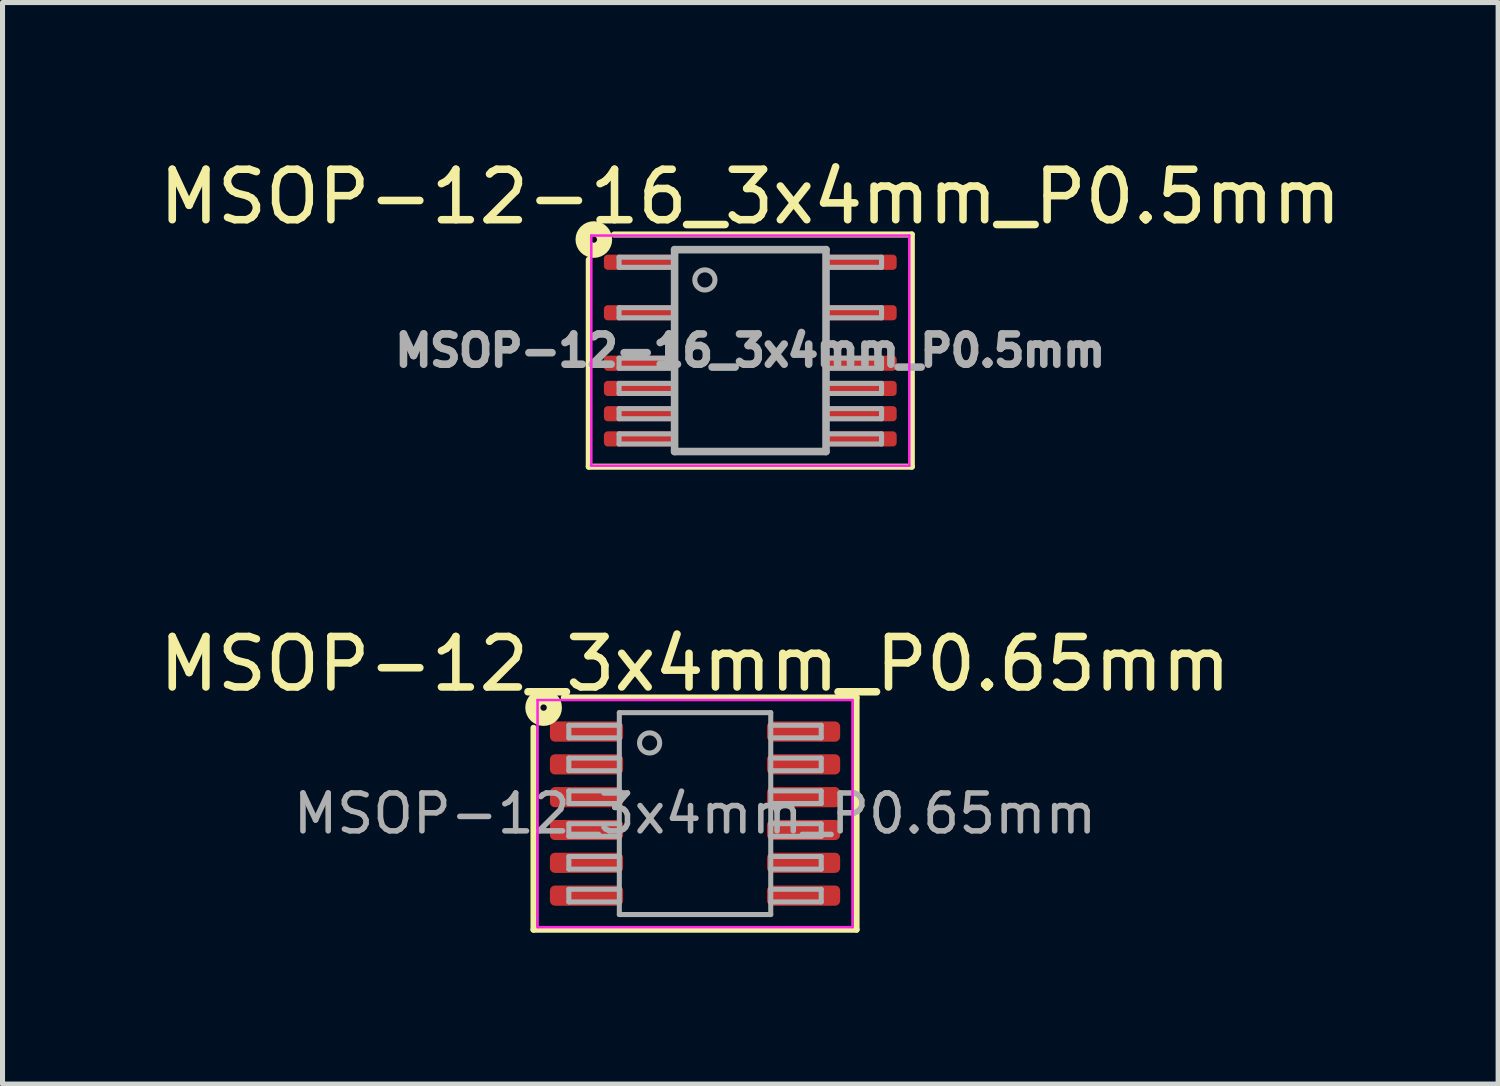
<source format=kicad_pcb>
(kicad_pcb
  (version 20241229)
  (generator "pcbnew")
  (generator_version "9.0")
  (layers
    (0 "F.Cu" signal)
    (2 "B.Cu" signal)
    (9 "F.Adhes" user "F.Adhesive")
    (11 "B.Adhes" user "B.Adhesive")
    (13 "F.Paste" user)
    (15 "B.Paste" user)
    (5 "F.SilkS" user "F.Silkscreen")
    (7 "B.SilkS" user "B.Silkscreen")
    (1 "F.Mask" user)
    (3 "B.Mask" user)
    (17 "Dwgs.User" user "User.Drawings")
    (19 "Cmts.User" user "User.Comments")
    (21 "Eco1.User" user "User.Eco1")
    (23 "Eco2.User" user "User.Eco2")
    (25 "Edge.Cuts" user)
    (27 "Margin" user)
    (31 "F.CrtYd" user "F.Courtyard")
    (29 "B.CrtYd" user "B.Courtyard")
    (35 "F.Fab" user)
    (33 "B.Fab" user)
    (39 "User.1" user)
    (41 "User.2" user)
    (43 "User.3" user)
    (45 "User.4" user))
  (footprint "MSOP-12_3x4mm_P0.65mm"
    (layer "F.Cu")
    (at 10.72 13.069)
    (property "Reference" "MSOP-12_3x4mm_P0.65mm" (at 0 -2.964 0) (layer "F.SilkS") (effects (font (size 1 1) (thickness 0.15))))
    (attr smd)
    (fp_line (start -3.2 2.3) (end -3.2 -1.7) (stroke (width 0.12) (type solid)) (layer "F.SilkS"))
    (fp_line (start -2.6 -2.3) (end 3.2 -2.3) (stroke (width 0.12) (type solid)) (layer "F.SilkS"))
    (fp_line (start 3.2 -2.3) (end 3.2 2.3) (stroke (width 0.12) (type solid)) (layer "F.SilkS"))
    (fp_line (start 3.2 2.3) (end -3.2 2.3) (stroke (width 0.12) (type solid)) (layer "F.SilkS"))
    (fp_circle (center -3 -2.1) (end -2.937 -2.1) (stroke (width 0.3) (type solid)) (fill no) (layer "F.SilkS"))
    (fp_line (start -3.12 -2.25) (end -3.12 2.25) (stroke (width 0.05) (type solid)) (layer "F.CrtYd"))
    (fp_line (start -3.12 2.25) (end 3.12 2.25) (stroke (width 0.05) (type solid)) (layer "F.CrtYd"))
    (fp_line (start 3.12 -2.25) (end -3.12 -2.25) (stroke (width 0.05) (type solid)) (layer "F.CrtYd"))
    (fp_line (start 3.12 2.25) (end 3.12 -2.25) (stroke (width 0.05) (type solid)) (layer "F.CrtYd"))
    (fp_line (start -2.5 -1.75) (end -2.5 -1.5) (stroke (width 0.1) (type solid)) (layer "F.Fab"))
    (fp_line (start -2.5 -1.75) (end -1.5 -1.75) (stroke (width 0.1) (type solid)) (layer "F.Fab"))
    (fp_line (start -2.5 -1.5) (end -1.5 -1.5) (stroke (width 0.1) (type solid)) (layer "F.Fab"))
    (fp_line (start -2.5 -1.1) (end -2.5 -0.85) (stroke (width 0.1) (type solid)) (layer "F.Fab"))
    (fp_line (start -2.5 -1.1) (end -1.5 -1.1) (stroke (width 0.1) (type solid)) (layer "F.Fab"))
    (fp_line (start -2.5 -0.85) (end -1.5 -0.85) (stroke (width 0.1) (type solid)) (layer "F.Fab"))
    (fp_line (start -2.5 -0.45) (end -2.5 -0.2) (stroke (width 0.1) (type solid)) (layer "F.Fab"))
    (fp_line (start -2.5 -0.45) (end -1.5 -0.45) (stroke (width 0.1) (type solid)) (layer "F.Fab"))
    (fp_line (start -2.5 -0.2) (end -1.5 -0.2) (stroke (width 0.1) (type solid)) (layer "F.Fab"))
    (fp_line (start -2.5 0.2) (end -2.5 0.45) (stroke (width 0.1) (type solid)) (layer "F.Fab"))
    (fp_line (start -2.5 0.2) (end -1.5 0.2) (stroke (width 0.1) (type solid)) (layer "F.Fab"))
    (fp_line (start -2.5 0.45) (end -1.5 0.45) (stroke (width 0.1) (type solid)) (layer "F.Fab"))
    (fp_line (start -2.5 0.85) (end -2.5 1.1) (stroke (width 0.1) (type solid)) (layer "F.Fab"))
    (fp_line (start -2.5 0.85) (end -1.5 0.85) (stroke (width 0.1) (type solid)) (layer "F.Fab"))
    (fp_line (start -2.5 1.1) (end -1.5 1.1) (stroke (width 0.1) (type solid)) (layer "F.Fab"))
    (fp_line (start -2.5 1.5) (end -2.5 1.75) (stroke (width 0.1) (type solid)) (layer "F.Fab"))
    (fp_line (start -2.5 1.5) (end -1.5 1.5) (stroke (width 0.1) (type solid)) (layer "F.Fab"))
    (fp_line (start -2.5 1.75) (end -1.5 1.75) (stroke (width 0.1) (type solid)) (layer "F.Fab"))
    (fp_line (start -1.5 -2) (end 1.5 -2) (stroke (width 0.1) (type solid)) (layer "F.Fab"))
    (fp_line (start -1.5 2) (end -1.5 -2) (stroke (width 0.1) (type solid)) (layer "F.Fab"))
    (fp_line (start 1.5 -2) (end 1.5 2) (stroke (width 0.1) (type solid)) (layer "F.Fab"))
    (fp_line (start 1.5 2) (end -1.5 2) (stroke (width 0.1) (type solid)) (layer "F.Fab"))
    (fp_line (start 2.5 -1.75) (end 1.5 -1.75) (stroke (width 0.1) (type solid)) (layer "F.Fab"))
    (fp_line (start 2.5 -1.5) (end 1.5 -1.5) (stroke (width 0.1) (type solid)) (layer "F.Fab"))
    (fp_line (start 2.5 -1.5) (end 2.5 -1.75) (stroke (width 0.1) (type solid)) (layer "F.Fab"))
    (fp_line (start 2.5 -1.1) (end 1.5 -1.1) (stroke (width 0.1) (type solid)) (layer "F.Fab"))
    (fp_line (start 2.5 -0.85) (end 1.5 -0.85) (stroke (width 0.1) (type solid)) (layer "F.Fab"))
    (fp_line (start 2.5 -0.85) (end 2.5 -1.1) (stroke (width 0.1) (type solid)) (layer "F.Fab"))
    (fp_line (start 2.5 -0.45) (end 1.5 -0.45) (stroke (width 0.1) (type solid)) (layer "F.Fab"))
    (fp_line (start 2.5 -0.2) (end 1.5 -0.2) (stroke (width 0.1) (type solid)) (layer "F.Fab"))
    (fp_line (start 2.5 -0.2) (end 2.5 -0.45) (stroke (width 0.1) (type solid)) (layer "F.Fab"))
    (fp_line (start 2.5 0.2) (end 1.5 0.2) (stroke (width 0.1) (type solid)) (layer "F.Fab"))
    (fp_line (start 2.5 0.45) (end 1.5 0.45) (stroke (width 0.1) (type solid)) (layer "F.Fab"))
    (fp_line (start 2.5 0.45) (end 2.5 0.2) (stroke (width 0.1) (type solid)) (layer "F.Fab"))
    (fp_line (start 2.5 0.85) (end 1.5 0.85) (stroke (width 0.1) (type solid)) (layer "F.Fab"))
    (fp_line (start 2.5 1.1) (end 1.5 1.1) (stroke (width 0.1) (type solid)) (layer "F.Fab"))
    (fp_line (start 2.5 1.1) (end 2.5 0.85) (stroke (width 0.1) (type solid)) (layer "F.Fab"))
    (fp_line (start 2.5 1.5) (end 1.5 1.5) (stroke (width 0.1) (type solid)) (layer "F.Fab"))
    (fp_line (start 2.5 1.75) (end 1.5 1.75) (stroke (width 0.1) (type solid)) (layer "F.Fab"))
    (fp_line (start 2.5 1.75) (end 2.5 1.5) (stroke (width 0.1) (type solid)) (layer "F.Fab"))
    (fp_circle (center -0.9 -1.4) (end -0.7 -1.4) (stroke (width 0.1) (type solid)) (fill no) (layer "F.Fab"))
    (fp_text user "${REFERENCE}" (at 0 0 0) (layer "F.Fab") (effects (font (size 0.75 0.75) (thickness 0.11))))
    (pad "1" smd roundrect (at -2.15 -1.625) (size 1.45 0.4) (layers "F.Cu" "F.Mask" "F.Paste") (roundrect_rratio 0.25))
    (pad "2" smd roundrect (at -2.15 -0.975) (size 1.45 0.4) (layers "F.Cu" "F.Mask" "F.Paste") (roundrect_rratio 0.25))
    (pad "3" smd roundrect (at -2.15 -0.325) (size 1.45 0.4) (layers "F.Cu" "F.Mask" "F.Paste") (roundrect_rratio 0.25))
    (pad "4" smd roundrect (at -2.15 0.325) (size 1.45 0.4) (layers "F.Cu" "F.Mask" "F.Paste") (roundrect_rratio 0.25))
    (pad "5" smd roundrect (at -2.15 0.975) (size 1.45 0.4) (layers "F.Cu" "F.Mask" "F.Paste") (roundrect_rratio 0.25))
    (pad "6" smd roundrect (at -2.15 1.625) (size 1.45 0.4) (layers "F.Cu" "F.Mask" "F.Paste") (roundrect_rratio 0.25))
    (pad "7" smd roundrect (at 2.15 1.625) (size 1.45 0.4) (layers "F.Cu" "F.Mask" "F.Paste") (roundrect_rratio 0.25))
    (pad "8" smd roundrect (at 2.15 0.975) (size 1.45 0.4) (layers "F.Cu" "F.Mask" "F.Paste") (roundrect_rratio 0.25))
    (pad "9" smd roundrect (at 2.15 0.325) (size 1.45 0.4) (layers "F.Cu" "F.Mask" "F.Paste") (roundrect_rratio 0.25))
    (pad "10" smd roundrect (at 2.15 -0.325) (size 1.45 0.4) (layers "F.Cu" "F.Mask" "F.Paste") (roundrect_rratio 0.25))
    (pad "11" smd roundrect (at 2.15 -0.975) (size 1.45 0.4) (layers "F.Cu" "F.Mask" "F.Paste") (roundrect_rratio 0.25))
    (pad "12" smd roundrect (at 2.15 -1.625) (size 1.45 0.4) (layers "F.Cu" "F.Mask" "F.Paste") (roundrect_rratio 0.25)))
  (footprint "MSOP-12-16_3x4mm_P0.5mm"
    (layer "F.Cu")
    (at 11.815 3.896)
    (property "Reference" "MSOP-12-16_3x4mm_P0.5mm" (at 0 -3.048 0) (layer "F.SilkS") (effects (font (size 1 1) (thickness 0.15))))
    (attr smd)
    (fp_line (start -3.2 2.3) (end -3.2 -1.8) (stroke (width 0.12) (type solid)) (layer "F.SilkS"))
    (fp_line (start -2.7 -2.3) (end 3.2 -2.3) (stroke (width 0.12) (type solid)) (layer "F.SilkS"))
    (fp_line (start 3.2 -2.3) (end 3.2 2.3) (stroke (width 0.12) (type solid)) (layer "F.SilkS"))
    (fp_line (start 3.2 2.3) (end -3.2 2.3) (stroke (width 0.12) (type solid)) (layer "F.SilkS"))
    (fp_circle (center -3.1 -2.2) (end -3.037 -2.2) (stroke (width 0.3) (type solid)) (fill no) (layer "F.SilkS"))
    (fp_line (start -3.15 -2.28) (end -3.15 2.28) (stroke (width 0.05) (type solid)) (layer "F.CrtYd"))
    (fp_line (start -3.15 -2.28) (end 3.15 -2.28) (stroke (width 0.05) (type solid)) (layer "F.CrtYd"))
    (fp_line (start -3.15 2.28) (end 3.15 2.28) (stroke (width 0.05) (type solid)) (layer "F.CrtYd"))
    (fp_line (start 3.15 -2.28) (end 3.15 2.28) (stroke (width 0.05) (type solid)) (layer "F.CrtYd"))
    (fp_line (start -2.6 -1.85) (end -2.6 -1.65) (stroke (width 0.1) (type solid)) (layer "F.Fab"))
    (fp_line (start -2.6 -1.85) (end -1.5 -1.85) (stroke (width 0.1) (type solid)) (layer "F.Fab"))
    (fp_line (start -2.6 -1.65) (end -1.5 -1.65) (stroke (width 0.1) (type solid)) (layer "F.Fab"))
    (fp_line (start -2.6 -0.85) (end -2.6 -0.65) (stroke (width 0.1) (type solid)) (layer "F.Fab"))
    (fp_line (start -2.6 -0.85) (end -1.5 -0.85) (stroke (width 0.1) (type solid)) (layer "F.Fab"))
    (fp_line (start -2.6 -0.65) (end -1.5 -0.65) (stroke (width 0.1) (type solid)) (layer "F.Fab"))
    (fp_line (start -2.6 0.15) (end -2.6 0.35) (stroke (width 0.1) (type solid)) (layer "F.Fab"))
    (fp_line (start -2.6 0.15) (end -1.5 0.15) (stroke (width 0.1) (type solid)) (layer "F.Fab"))
    (fp_line (start -2.6 0.35) (end -1.5 0.35) (stroke (width 0.1) (type solid)) (layer "F.Fab"))
    (fp_line (start -2.6 0.65) (end -2.6 0.85) (stroke (width 0.1) (type solid)) (layer "F.Fab"))
    (fp_line (start -2.6 0.65) (end -1.5 0.65) (stroke (width 0.1) (type solid)) (layer "F.Fab"))
    (fp_line (start -2.6 0.85) (end -1.5 0.85) (stroke (width 0.1) (type solid)) (layer "F.Fab"))
    (fp_line (start -2.6 1.15) (end -2.6 1.35) (stroke (width 0.1) (type solid)) (layer "F.Fab"))
    (fp_line (start -2.6 1.15) (end -1.5 1.15) (stroke (width 0.1) (type solid)) (layer "F.Fab"))
    (fp_line (start -2.6 1.35) (end -1.5 1.35) (stroke (width 0.1) (type solid)) (layer "F.Fab"))
    (fp_line (start -2.6 1.65) (end -2.6 1.85) (stroke (width 0.1) (type solid)) (layer "F.Fab"))
    (fp_line (start -2.6 1.65) (end -1.5 1.65) (stroke (width 0.1) (type solid)) (layer "F.Fab"))
    (fp_line (start -2.6 1.85) (end -1.5 1.85) (stroke (width 0.1) (type solid)) (layer "F.Fab"))
    (fp_line (start -1.5 -2) (end 1.5 -2) (stroke (width 0.15) (type solid)) (layer "F.Fab"))
    (fp_line (start -1.5 2) (end -1.5 -2) (stroke (width 0.15) (type solid)) (layer "F.Fab"))
    (fp_line (start 1.5 -2) (end 1.5 2) (stroke (width 0.15) (type solid)) (layer "F.Fab"))
    (fp_line (start 1.5 2) (end -1.5 2) (stroke (width 0.15) (type solid)) (layer "F.Fab"))
    (fp_line (start 2.6 -1.85) (end 1.5 -1.85) (stroke (width 0.1) (type solid)) (layer "F.Fab"))
    (fp_line (start 2.6 -1.65) (end 1.5 -1.65) (stroke (width 0.1) (type solid)) (layer "F.Fab"))
    (fp_line (start 2.6 -1.65) (end 2.6 -1.85) (stroke (width 0.1) (type solid)) (layer "F.Fab"))
    (fp_line (start 2.6 -0.85) (end 1.5 -0.85) (stroke (width 0.1) (type solid)) (layer "F.Fab"))
    (fp_line (start 2.6 -0.65) (end 1.5 -0.65) (stroke (width 0.1) (type solid)) (layer "F.Fab"))
    (fp_line (start 2.6 -0.65) (end 2.6 -0.85) (stroke (width 0.1) (type solid)) (layer "F.Fab"))
    (fp_line (start 2.6 0.15) (end 1.5 0.15) (stroke (width 0.1) (type solid)) (layer "F.Fab"))
    (fp_line (start 2.6 0.35) (end 1.5 0.35) (stroke (width 0.1) (type solid)) (layer "F.Fab"))
    (fp_line (start 2.6 0.35) (end 2.6 0.15) (stroke (width 0.1) (type solid)) (layer "F.Fab"))
    (fp_line (start 2.6 0.65) (end 1.5 0.65) (stroke (width 0.1) (type solid)) (layer "F.Fab"))
    (fp_line (start 2.6 0.85) (end 1.5 0.85) (stroke (width 0.1) (type solid)) (layer "F.Fab"))
    (fp_line (start 2.6 0.85) (end 2.6 0.65) (stroke (width 0.1) (type solid)) (layer "F.Fab"))
    (fp_line (start 2.6 1.15) (end 1.5 1.15) (stroke (width 0.1) (type solid)) (layer "F.Fab"))
    (fp_line (start 2.6 1.35) (end 1.5 1.35) (stroke (width 0.1) (type solid)) (layer "F.Fab"))
    (fp_line (start 2.6 1.35) (end 2.6 1.15) (stroke (width 0.1) (type solid)) (layer "F.Fab"))
    (fp_line (start 2.6 1.65) (end 1.5 1.65) (stroke (width 0.1) (type solid)) (layer "F.Fab"))
    (fp_line (start 2.6 1.85) (end 1.5 1.85) (stroke (width 0.1) (type solid)) (layer "F.Fab"))
    (fp_line (start 2.6 1.85) (end 2.6 1.65) (stroke (width 0.1) (type solid)) (layer "F.Fab"))
    (fp_circle (center -0.9 -1.4) (end -0.7 -1.4) (stroke (width 0.1) (type solid)) (fill no) (layer "F.Fab"))
    (fp_text user "${REFERENCE}" (at 0 0 0) (layer "F.Fab") (effects (font (size 0.6 0.6) (thickness 0.15))))
    (pad "1" smd roundrect (at -2.2 -1.75) (size 1.4 0.3) (layers "F.Cu" "F.Mask" "F.Paste") (roundrect_rratio 0.25))
    (pad "3" smd roundrect (at -2.2 -0.75) (size 1.4 0.3) (layers "F.Cu" "F.Mask" "F.Paste") (roundrect_rratio 0.25))
    (pad "5" smd roundrect (at -2.2 0.25) (size 1.4 0.3) (layers "F.Cu" "F.Mask" "F.Paste") (roundrect_rratio 0.25))
    (pad "6" smd roundrect (at -2.2 0.75) (size 1.4 0.3) (layers "F.Cu" "F.Mask" "F.Paste") (roundrect_rratio 0.25))
    (pad "7" smd roundrect (at -2.2 1.25) (size 1.4 0.3) (layers "F.Cu" "F.Mask" "F.Paste") (roundrect_rratio 0.25))
    (pad "8" smd roundrect (at -2.2 1.75) (size 1.4 0.3) (layers "F.Cu" "F.Mask" "F.Paste") (roundrect_rratio 0.25))
    (pad "9" smd roundrect (at 2.2 1.75) (size 1.4 0.3) (layers "F.Cu" "F.Mask" "F.Paste") (roundrect_rratio 0.25))
    (pad "10" smd roundrect (at 2.2 1.25) (size 1.4 0.3) (layers "F.Cu" "F.Mask" "F.Paste") (roundrect_rratio 0.25))
    (pad "11" smd roundrect (at 2.2 0.75) (size 1.4 0.3) (layers "F.Cu" "F.Mask" "F.Paste") (roundrect_rratio 0.25))
    (pad "12" smd roundrect (at 2.2 0.25) (size 1.4 0.3) (layers "F.Cu" "F.Mask" "F.Paste") (roundrect_rratio 0.25))
    (pad "14" smd roundrect (at 2.2 -0.75) (size 1.4 0.3) (layers "F.Cu" "F.Mask" "F.Paste") (roundrect_rratio 0.25))
    (pad "16" smd roundrect (at 2.2 -1.75) (size 1.4 0.3) (layers "F.Cu" "F.Mask" "F.Paste") (roundrect_rratio 0.25)))
  (gr_rect
    (start -3 -3)
    (end 26.631 18.428)
    (stroke (width 0.1) (type default))
    (fill no)
    (layer "Edge.Cuts")))
</source>
